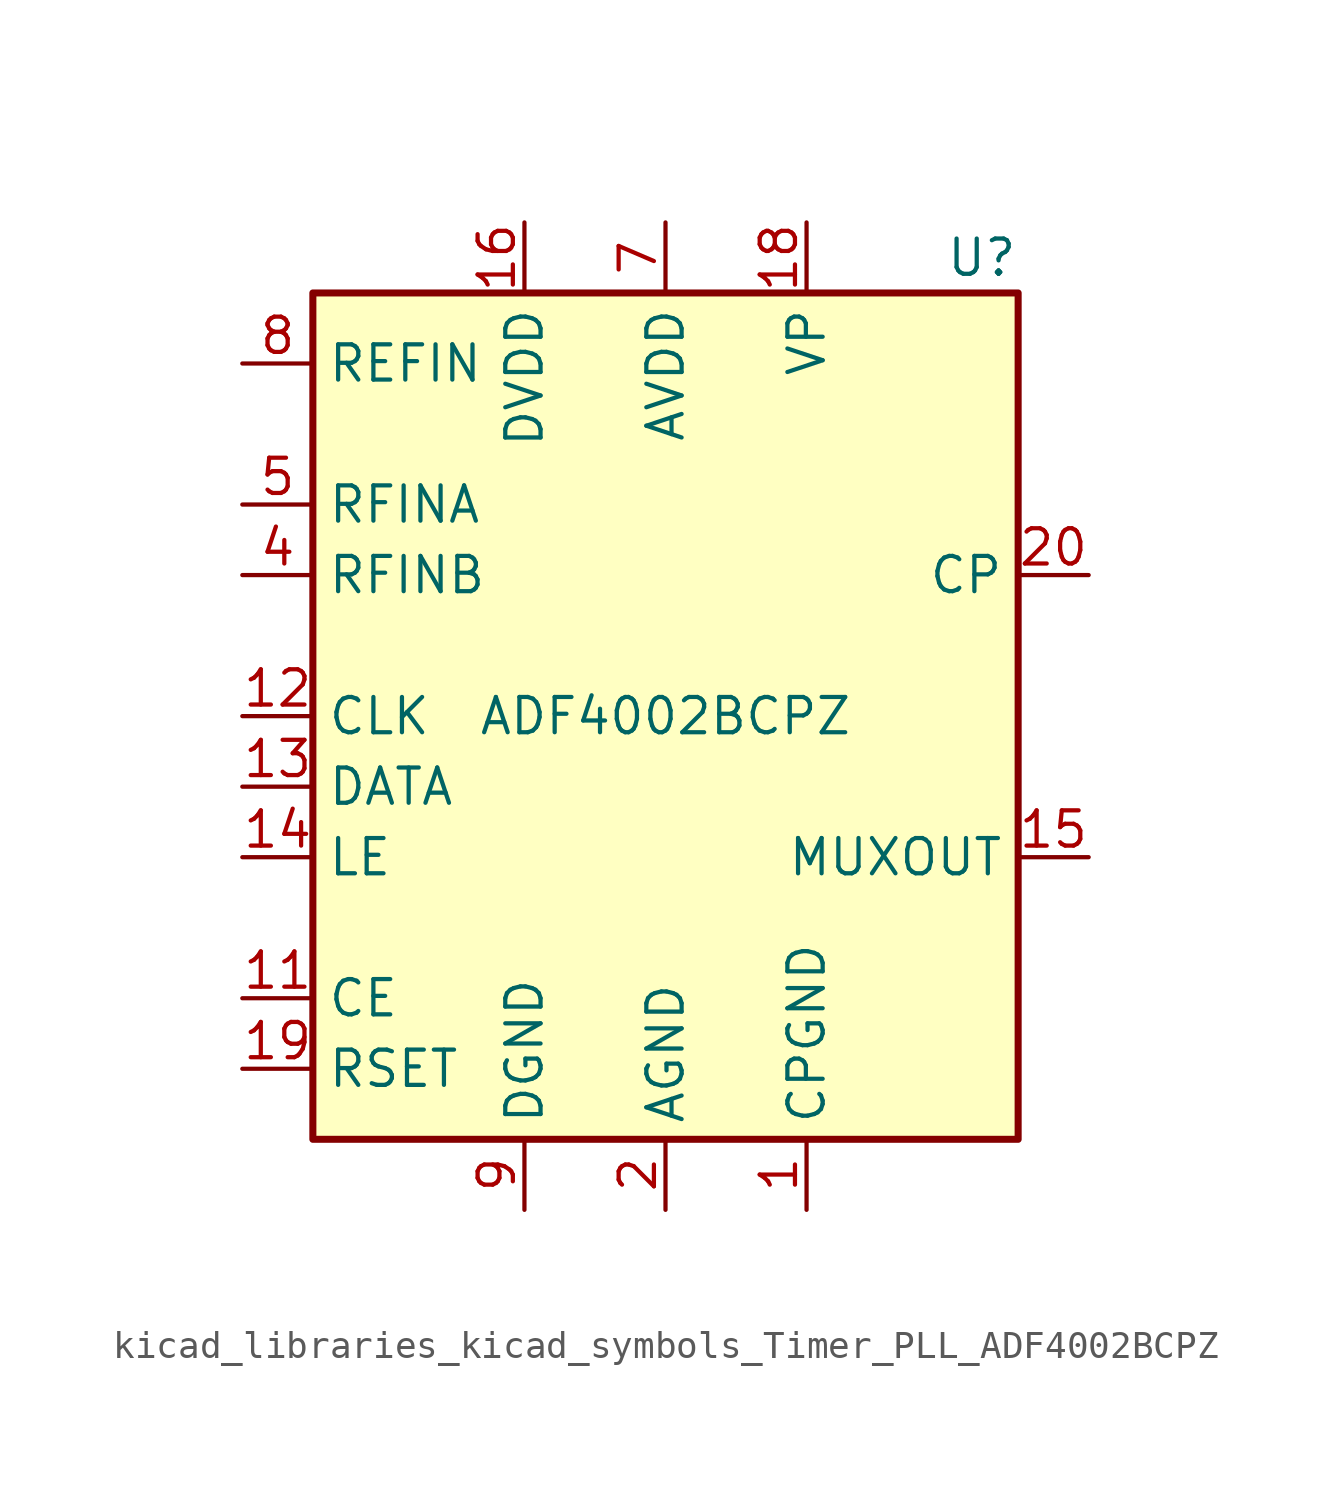
<source format=kicad_sym>
(kicad_symbol_lib
  (version 20220914)
  (generator kicad_symbol_editor)
  (symbol "kicad_libraries_kicad_symbols_Timer_PLL_ADF4002BCPZ"
    (property "Reference" "U"
      (at 12.7 16.51 0)
      (effects (font (size 1.27 1.27)) (justify right)))
    (property "Value" "ADF4002BCPZ"
      (at 0 0 0)
      (effects (font (size 1.27 1.27))))
    (symbol "kicad_libraries_kicad_symbols_Timer_PLL_ADF4002BCPZ_0_1"
      (rectangle (start -12.7 15.24) (end 12.7 -15.24) (stroke (width 0.254) (type default)) (fill (type background))))
    (symbol "kicad_libraries_kicad_symbols_Timer_PLL_ADF4002BCPZ_1_1"
      (pin power_in line (at 5.08 -17.78 90) (length 2.54) (name "CPGND" (effects (font (size 1.27 1.27)))) (number "1" (effects (font (size 1.27 1.27)))))
      (pin passive line (at -5.08 -17.78 90) (length 2.54) hide (name "DGND" (effects (font (size 1.27 1.27)))) (number "10" (effects (font (size 1.27 1.27)))))
      (pin input line (at -15.24 -10.16 0) (length 2.54) (name "CE" (effects (font (size 1.27 1.27)))) (number "11" (effects (font (size 1.27 1.27)))))
      (pin input line (at -15.24 0 0) (length 2.54) (name "CLK" (effects (font (size 1.27 1.27)))) (number "12" (effects (font (size 1.27 1.27)))))
      (pin input line (at -15.24 -2.54 0) (length 2.54) (name "DATA" (effects (font (size 1.27 1.27)))) (number "13" (effects (font (size 1.27 1.27)))))
      (pin input line (at -15.24 -5.08 0) (length 2.54) (name "LE" (effects (font (size 1.27 1.27)))) (number "14" (effects (font (size 1.27 1.27)))))
      (pin output line (at 15.24 -5.08 180) (length 2.54) (name "MUXOUT" (effects (font (size 1.27 1.27)))) (number "15" (effects (font (size 1.27 1.27)))))
      (pin power_in line (at -5.08 17.78 270) (length 2.54) (name "DVDD" (effects (font (size 1.27 1.27)))) (number "16" (effects (font (size 1.27 1.27)))))
      (pin passive line (at -5.08 17.78 270) (length 2.54) hide (name "DVDD" (effects (font (size 1.27 1.27)))) (number "17" (effects (font (size 1.27 1.27)))))
      (pin power_in line (at 5.08 17.78 270) (length 2.54) (name "VP" (effects (font (size 1.27 1.27)))) (number "18" (effects (font (size 1.27 1.27)))))
      (pin input line (at -15.24 -12.7 0) (length 2.54) (name "RSET" (effects (font (size 1.27 1.27)))) (number "19" (effects (font (size 1.27 1.27)))))
      (pin power_in line (at 0 -17.78 90) (length 2.54) (name "AGND" (effects (font (size 1.27 1.27)))) (number "2" (effects (font (size 1.27 1.27)))))
      (pin output line (at 15.24 5.08 180) (length 2.54) (name "CP" (effects (font (size 1.27 1.27)))) (number "20" (effects (font (size 1.27 1.27)))))
      (pin passive line (at 0 -17.78 90) (length 2.54) hide (name "AGND" (effects (font (size 1.27 1.27)))) (number "21" (effects (font (size 1.27 1.27)))))
      (pin passive line (at 0 -17.78 90) (length 2.54) hide (name "AGND" (effects (font (size 1.27 1.27)))) (number "3" (effects (font (size 1.27 1.27)))))
      (pin input line (at -15.24 5.08 0) (length 2.54) (name "RFINB" (effects (font (size 1.27 1.27)))) (number "4" (effects (font (size 1.27 1.27)))))
      (pin input line (at -15.24 7.62 0) (length 2.54) (name "RFINA" (effects (font (size 1.27 1.27)))) (number "5" (effects (font (size 1.27 1.27)))))
      (pin passive line (at 0 17.78 270) (length 2.54) hide (name "AVDD" (effects (font (size 1.27 1.27)))) (number "6" (effects (font (size 1.27 1.27)))))
      (pin power_in line (at 0 17.78 270) (length 2.54) (name "AVDD" (effects (font (size 1.27 1.27)))) (number "7" (effects (font (size 1.27 1.27)))))
      (pin input line (at -15.24 12.7 0) (length 2.54) (name "REFIN" (effects (font (size 1.27 1.27)))) (number "8" (effects (font (size 1.27 1.27)))))
      (pin power_in line (at -5.08 -17.78 90) (length 2.54) (name "DGND" (effects (font (size 1.27 1.27)))) (number "9" (effects (font (size 1.27 1.27))))))))
</source>
